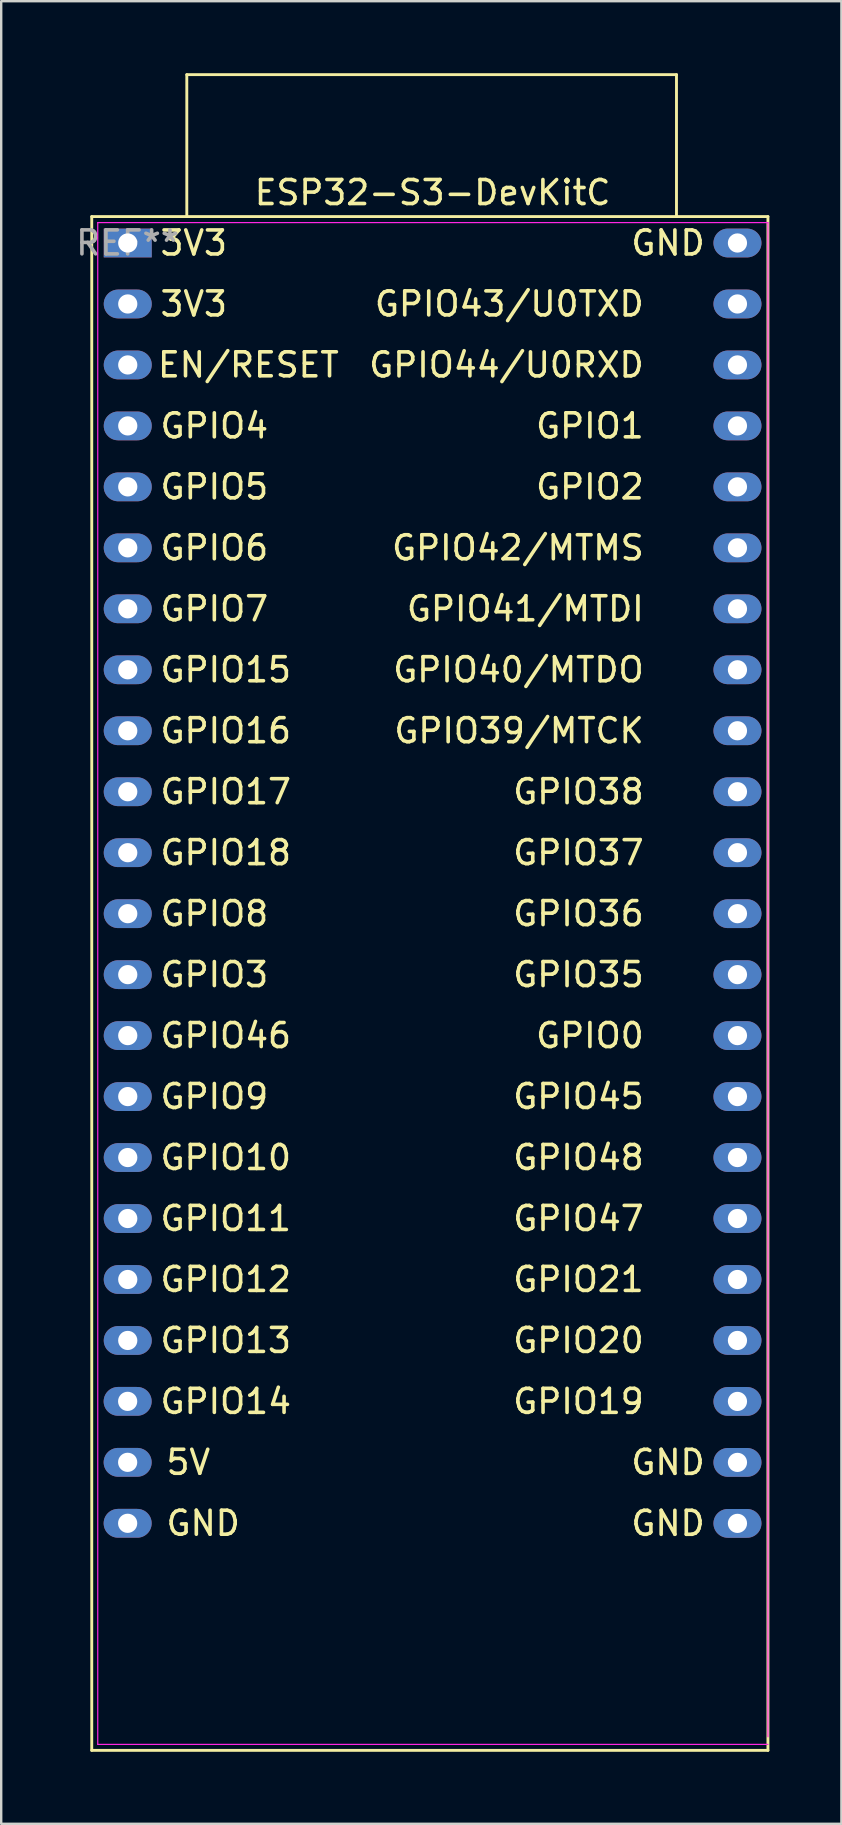
<source format=kicad_pcb>
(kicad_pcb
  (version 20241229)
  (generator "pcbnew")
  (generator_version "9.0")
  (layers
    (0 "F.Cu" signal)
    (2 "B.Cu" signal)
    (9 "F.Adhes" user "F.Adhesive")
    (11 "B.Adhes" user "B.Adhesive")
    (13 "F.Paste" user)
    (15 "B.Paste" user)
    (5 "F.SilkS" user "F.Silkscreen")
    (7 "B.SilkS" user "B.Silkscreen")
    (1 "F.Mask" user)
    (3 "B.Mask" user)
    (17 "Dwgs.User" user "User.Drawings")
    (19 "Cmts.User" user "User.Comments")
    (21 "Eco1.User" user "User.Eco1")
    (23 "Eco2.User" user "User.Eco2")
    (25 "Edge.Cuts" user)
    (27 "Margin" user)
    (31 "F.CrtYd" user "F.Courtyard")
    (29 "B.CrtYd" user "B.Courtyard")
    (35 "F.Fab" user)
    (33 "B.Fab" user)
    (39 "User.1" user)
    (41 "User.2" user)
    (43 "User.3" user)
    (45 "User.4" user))
  (footprint "ESP32-S3-DevKitC"
    (layer "F.Cu")
    (at 2.272 7.073)
    (property "Reference" "ESP32-S3-DevKitC" (at 12.7 -2.1 180) (layer "F.SilkS") (effects (font (size 1 1) (thickness 0.15))))
    (attr through_hole)
    (fp_line (start -1.5 62.797) (end 26.67 62.797) (stroke (width 0.12) (type solid)) (layer "F.SilkS"))
    (fp_line (start -1.5 -1.1) (end -1.5 62.797) (stroke (width 0.12) (type solid)) (layer "F.SilkS"))
    (fp_line (start 2.46 -7.013) (end 22.86 -7.013) (stroke (width 0.12) (type solid)) (layer "F.SilkS"))
    (fp_line (start 2.46 -1.12) (end 2.46 -7.013) (stroke (width 0.12) (type solid)) (layer "F.SilkS"))
    (fp_line (start 22.86 -7.013) (end 22.86 -1.12) (stroke (width 0.12) (type solid)) (layer "F.SilkS"))
    (fp_line (start 26.67 62.797) (end 26.67 -1.1) (stroke (width 0.12) (type solid)) (layer "F.SilkS"))
    (fp_line (start 26.67 -1.1) (end -1.5 -1.1) (stroke (width 0.12) (type solid)) (layer "F.SilkS"))
    (fp_line (start -1.25 -0.85) (end 26.67 -0.85) (stroke (width 0.05) (type solid)) (layer "F.CrtYd"))
    (fp_line (start -1.25 62.547) (end -1.25 -0.85) (stroke (width 0.05) (type solid)) (layer "F.CrtYd"))
    (fp_line (start 26.67 -0.85) (end 26.67 62.23) (stroke (width 0.05) (type solid)) (layer "F.CrtYd"))
    (fp_line (start 26.67 62.547) (end -1.25 62.547) (stroke (width 0.05) (type solid)) (layer "F.CrtYd"))
    (fp_text user "3V3" (at 1.27 0 0) (unlocked yes) (layer "F.SilkS") (effects (font (size 1 1) (thickness 0.15)) (justify left)))
    (fp_text user "GND" (at 24.13 53.34 0) (unlocked yes) (layer "F.SilkS") (effects (font (size 1 1) (thickness 0.15)) (justify right)))
    (fp_text user "GPIO16" (at 1.27 20.32 0) (unlocked yes) (layer "F.SilkS") (effects (font (size 1 1) (thickness 0.15)) (justify left)))
    (fp_text user "GPIO20" (at 21.59 45.72 0) (unlocked yes) (layer "F.SilkS") (effects (font (size 1 1) (thickness 0.15)) (justify right)))
    (fp_text user "GPIO6" (at 1.27 12.7 0) (unlocked yes) (layer "F.SilkS") (effects (font (size 1 1) (thickness 0.15)) (justify left)))
    (fp_text user "GPIO8" (at 1.27 27.94 0) (unlocked yes) (layer "F.SilkS") (effects (font (size 1 1) (thickness 0.15)) (justify left)))
    (fp_text user "GND" (at 1.52 53.337 0) (unlocked yes) (layer "F.SilkS") (effects (font (size 1 1) (thickness 0.15)) (justify left)))
    (fp_text user "GPIO39/MTCK" (at 21.59 20.32 0) (unlocked yes) (layer "F.SilkS") (effects (font (size 1 1) (thickness 0.15)) (justify right)))
    (fp_text user "GPIO12" (at 1.27 43.18 0) (unlocked yes) (layer "F.SilkS") (effects (font (size 1 1) (thickness 0.15)) (justify left)))
    (fp_text user "GPIO9" (at 1.27 35.56 0) (unlocked yes) (layer "F.SilkS") (effects (font (size 1 1) (thickness 0.15)) (justify left)))
    (fp_text user "GPIO13" (at 1.27 45.72 0) (unlocked yes) (layer "F.SilkS") (effects (font (size 1 1) (thickness 0.15)) (justify left)))
    (fp_text user "GPIO15" (at 1.27 17.78 0) (unlocked yes) (layer "F.SilkS") (effects (font (size 1 1) (thickness 0.15)) (justify left)))
    (fp_text user "GPIO1" (at 21.59 7.62 0) (unlocked yes) (layer "F.SilkS") (effects (font (size 1 1) (thickness 0.15)) (justify right)))
    (fp_text user "GPIO10" (at 1.27 38.1 0) (unlocked yes) (layer "F.SilkS") (effects (font (size 1 1) (thickness 0.15)) (justify left)))
    (fp_text user "GPIO37" (at 21.59 25.4 0) (unlocked yes) (layer "F.SilkS") (effects (font (size 1 1) (thickness 0.15)) (justify right)))
    (fp_text user "EN/RESET" (at 8.886 5.077 0) (unlocked yes) (layer "F.SilkS") (effects (font (size 1 1) (thickness 0.15)) (justify right)))
    (fp_text user "GPIO18" (at 1.27 25.4 0) (unlocked yes) (layer "F.SilkS") (effects (font (size 1 1) (thickness 0.15)) (justify left)))
    (fp_text user "GPIO42/MTMS" (at 21.59 12.7 0) (unlocked yes) (layer "F.SilkS") (effects (font (size 1 1) (thickness 0.15)) (justify right)))
    (fp_text user "GPIO5" (at 1.27 10.16 0) (unlocked yes) (layer "F.SilkS") (effects (font (size 1 1) (thickness 0.15)) (justify left)))
    (fp_text user "GPIO4" (at 1.27 7.62 0) (unlocked yes) (layer "F.SilkS") (effects (font (size 1 1) (thickness 0.15)) (justify left)))
    (fp_text user "GPIO44/U0RXD" (at 21.59 5.08 0) (unlocked yes) (layer "F.SilkS") (effects (font (size 1 1) (thickness 0.15)) (justify right)))
    (fp_text user "GPIO3" (at 1.27 30.48 0) (unlocked yes) (layer "F.SilkS") (effects (font (size 1 1) (thickness 0.15)) (justify left)))
    (fp_text user "GPIO0" (at 21.59 33.02 0) (unlocked yes) (layer "F.SilkS") (effects (font (size 1 1) (thickness 0.15)) (justify right)))
    (fp_text user "GND" (at 24.13 50.8 0) (unlocked yes) (layer "F.SilkS") (effects (font (size 1 1) (thickness 0.15)) (justify right)))
    (fp_text user "GPIO43/U0TXD" (at 21.59 2.54 0) (unlocked yes) (layer "F.SilkS") (effects (font (size 1 1) (thickness 0.15)) (justify right)))
    (fp_text user "GPIO14" (at 1.27 48.26 0) (unlocked yes) (layer "F.SilkS") (effects (font (size 1 1) (thickness 0.15)) (justify left)))
    (fp_text user "3V3" (at 1.27 2.54 0) (unlocked yes) (layer "F.SilkS") (effects (font (size 1 1) (thickness 0.15)) (justify left)))
    (fp_text user "GPIO2" (at 21.59 10.16 0) (unlocked yes) (layer "F.SilkS") (effects (font (size 1 1) (thickness 0.15)) (justify right)))
    (fp_text user "GPIO45" (at 21.59 35.56 0) (unlocked yes) (layer "F.SilkS") (effects (font (size 1 1) (thickness 0.15)) (justify right)))
    (fp_text user "GPIO35" (at 21.59 30.48 0) (unlocked yes) (layer "F.SilkS") (effects (font (size 1 1) (thickness 0.15)) (justify right)))
    (fp_text user "GPIO41/MTDI" (at 21.59 15.24 0) (unlocked yes) (layer "F.SilkS") (effects (font (size 1 1) (thickness 0.15)) (justify right)))
    (fp_text user "GPIO46" (at 1.27 33.02 0) (unlocked yes) (layer "F.SilkS") (effects (font (size 1 1) (thickness 0.15)) (justify left)))
    (fp_text user "GPIO11" (at 1.27 40.64 0) (unlocked yes) (layer "F.SilkS") (effects (font (size 1 1) (thickness 0.15)) (justify left)))
    (fp_text user "GPIO38" (at 21.59 22.86 0) (unlocked yes) (layer "F.SilkS") (effects (font (size 1 1) (thickness 0.15)) (justify right)))
    (fp_text user "GPIO47" (at 21.59 40.64 0) (unlocked yes) (layer "F.SilkS") (effects (font (size 1 1) (thickness 0.15)) (justify right)))
    (fp_text user "GPIO21" (at 21.59 43.18 0) (unlocked yes) (layer "F.SilkS") (effects (font (size 1 1) (thickness 0.15)) (justify right)))
    (fp_text user "GPIO7" (at 1.27 15.24 0) (unlocked yes) (layer "F.SilkS") (effects (font (size 1 1) (thickness 0.15)) (justify left)))
    (fp_text user "GPIO19" (at 21.59 48.26 0) (unlocked yes) (layer "F.SilkS") (effects (font (size 1 1) (thickness 0.15)) (justify right)))
    (fp_text user "GPIO36" (at 21.59 27.94 0) (unlocked yes) (layer "F.SilkS") (effects (font (size 1 1) (thickness 0.15)) (justify right)))
    (fp_text user "GPIO40/MTDO" (at 21.59 17.78 0) (unlocked yes) (layer "F.SilkS") (effects (font (size 1 1) (thickness 0.15)) (justify right)))
    (fp_text user "GND" (at 24.13 0 0) (unlocked yes) (layer "F.SilkS") (effects (font (size 1 1) (thickness 0.15)) (justify right)))
    (fp_text user "GPIO17" (at 1.27 22.86 0) (unlocked yes) (layer "F.SilkS") (effects (font (size 1 1) (thickness 0.15)) (justify left)))
    (fp_text user "GPIO48" (at 21.59 38.1 0) (unlocked yes) (layer "F.SilkS") (effects (font (size 1 1) (thickness 0.15)) (justify right)))
    (fp_text user "5V" (at 1.52 50.797 0) (unlocked yes) (layer "F.SilkS") (effects (font (size 1 1) (thickness 0.15)) (justify left)))
    (fp_text user "REF**" (at -0.004 -0.003 180) (layer "F.Fab") (effects (font (size 1 1) (thickness 0.15))))
    (pad "1" thru_hole rect (at 0 0 270) (size 1.2 2) (drill 0.8) (layers "*.Cu" "*.Mask"))
    (pad "2" thru_hole oval (at 0 2.54 270) (size 1.2 2) (drill 0.8) (layers "*.Cu" "*.Mask"))
    (pad "3" thru_hole oval (at 0 5.08 270) (size 1.2 2) (drill 0.8) (layers "*.Cu" "*.Mask"))
    (pad "4" thru_hole oval (at 0 7.62 270) (size 1.2 2) (drill 0.8) (layers "*.Cu" "*.Mask"))
    (pad "5" thru_hole oval (at 0 10.16 270) (size 1.2 2) (drill 0.8) (layers "*.Cu" "*.Mask"))
    (pad "6" thru_hole oval (at 0 12.7 270) (size 1.2 2) (drill 0.8) (layers "*.Cu" "*.Mask"))
    (pad "7" thru_hole oval (at 0 15.24 270) (size 1.2 2) (drill 0.8) (layers "*.Cu" "*.Mask"))
    (pad "8" thru_hole oval (at 0 17.78 270) (size 1.2 2) (drill 0.8) (layers "*.Cu" "*.Mask"))
    (pad "9" thru_hole oval (at 0 20.32 270) (size 1.2 2) (drill 0.8) (layers "*.Cu" "*.Mask"))
    (pad "10" thru_hole oval (at 0 22.86 270) (size 1.2 2) (drill 0.8) (layers "*.Cu" "*.Mask"))
    (pad "11" thru_hole oval (at 0 25.4 270) (size 1.2 2) (drill 0.8) (layers "*.Cu" "*.Mask"))
    (pad "12" thru_hole oval (at 0 27.94 270) (size 1.2 2) (drill 0.8) (layers "*.Cu" "*.Mask"))
    (pad "13" thru_hole oval (at 0 30.48 270) (size 1.2 2) (drill 0.8) (layers "*.Cu" "*.Mask"))
    (pad "14" thru_hole oval (at 0 33.02 270) (size 1.2 2) (drill 0.8) (layers "*.Cu" "*.Mask"))
    (pad "15" thru_hole oval (at 0 35.56 270) (size 1.2 2) (drill 0.8) (layers "*.Cu" "*.Mask"))
    (pad "16" thru_hole oval (at 0 38.1 270) (size 1.2 2) (drill 0.8) (layers "*.Cu" "*.Mask"))
    (pad "17" thru_hole oval (at 0 40.64 270) (size 1.2 2) (drill 0.8) (layers "*.Cu" "*.Mask"))
    (pad "18" thru_hole oval (at 0 43.18 270) (size 1.2 2) (drill 0.8) (layers "*.Cu" "*.Mask"))
    (pad "19" thru_hole oval (at 0 45.72 270) (size 1.2 2) (drill 0.8) (layers "*.Cu" "*.Mask"))
    (pad "20" thru_hole oval (at -0.004 48.257 270) (size 1.2 2) (drill 0.8) (layers "*.Cu" "*.Mask"))
    (pad "21" thru_hole oval (at -0.004 50.797 270) (size 1.2 2) (drill 0.8) (layers "*.Cu" "*.Mask"))
    (pad "22" thru_hole oval (at -0.004 53.337 270) (size 1.2 2) (drill 0.8) (layers "*.Cu" "*.Mask"))
    (pad "23" thru_hole oval (at 25.4 53.34 270) (size 1.2 2) (drill 0.8) (layers "*.Cu" "*.Mask"))
    (pad "24" thru_hole oval (at 25.4 50.8 270) (size 1.2 2) (drill 0.8) (layers "*.Cu" "*.Mask"))
    (pad "25" thru_hole oval (at 25.4 48.26 270) (size 1.2 2) (drill 0.8) (layers "*.Cu" "*.Mask"))
    (pad "26" thru_hole oval (at 25.4 45.72 270) (size 1.2 2) (drill 0.8) (layers "*.Cu" "*.Mask"))
    (pad "27" thru_hole oval (at 25.4 43.18 270) (size 1.2 2) (drill 0.8) (layers "*.Cu" "*.Mask"))
    (pad "28" thru_hole oval (at 25.4 40.64 270) (size 1.2 2) (drill 0.8) (layers "*.Cu" "*.Mask"))
    (pad "29" thru_hole oval (at 25.4 38.1 270) (size 1.2 2) (drill 0.8) (layers "*.Cu" "*.Mask"))
    (pad "30" thru_hole oval (at 25.4 35.56 270) (size 1.2 2) (drill 0.8) (layers "*.Cu" "*.Mask"))
    (pad "31" thru_hole oval (at 25.4 33.02 270) (size 1.2 2) (drill 0.8) (layers "*.Cu" "*.Mask"))
    (pad "32" thru_hole oval (at 25.4 30.48 270) (size 1.2 2) (drill 0.8) (layers "*.Cu" "*.Mask"))
    (pad "33" thru_hole oval (at 25.4 27.94 270) (size 1.2 2) (drill 0.8) (layers "*.Cu" "*.Mask"))
    (pad "34" thru_hole oval (at 25.4 25.4 270) (size 1.2 2) (drill 0.8) (layers "*.Cu" "*.Mask"))
    (pad "35" thru_hole oval (at 25.4 22.86 270) (size 1.2 2) (drill 0.8) (layers "*.Cu" "*.Mask"))
    (pad "36" thru_hole oval (at 25.4 20.32 270) (size 1.2 2) (drill 0.8) (layers "*.Cu" "*.Mask"))
    (pad "37" thru_hole oval (at 25.4 17.78 270) (size 1.2 2) (drill 0.8) (layers "*.Cu" "*.Mask"))
    (pad "38" thru_hole oval (at 25.4 15.24 270) (size 1.2 2) (drill 0.8) (layers "*.Cu" "*.Mask"))
    (pad "39" thru_hole oval (at 25.4 12.7 270) (size 1.2 2) (drill 0.8) (layers "*.Cu" "*.Mask"))
    (pad "40" thru_hole oval (at 25.4 10.16 270) (size 1.2 2) (drill 0.8) (layers "*.Cu" "*.Mask"))
    (pad "41" thru_hole oval (at 25.4 7.62 270) (size 1.2 2) (drill 0.8) (layers "*.Cu" "*.Mask"))
    (pad "42" thru_hole oval (at 25.4 5.08 270) (size 1.2 2) (drill 0.8) (layers "*.Cu" "*.Mask"))
    (pad "43" thru_hole oval (at 25.4 2.54 270) (size 1.2 2) (drill 0.8) (layers "*.Cu" "*.Mask"))
    (pad "44" thru_hole oval (at 25.4 0 270) (size 1.2 2) (drill 0.8) (layers "*.Cu" "*.Mask")))
  (gr_rect
    (start -3 -3)
    (end 32.002 72.93)
    (stroke (width 0.1) (type default))
    (fill no)
    (layer "Edge.Cuts")))
</source>
